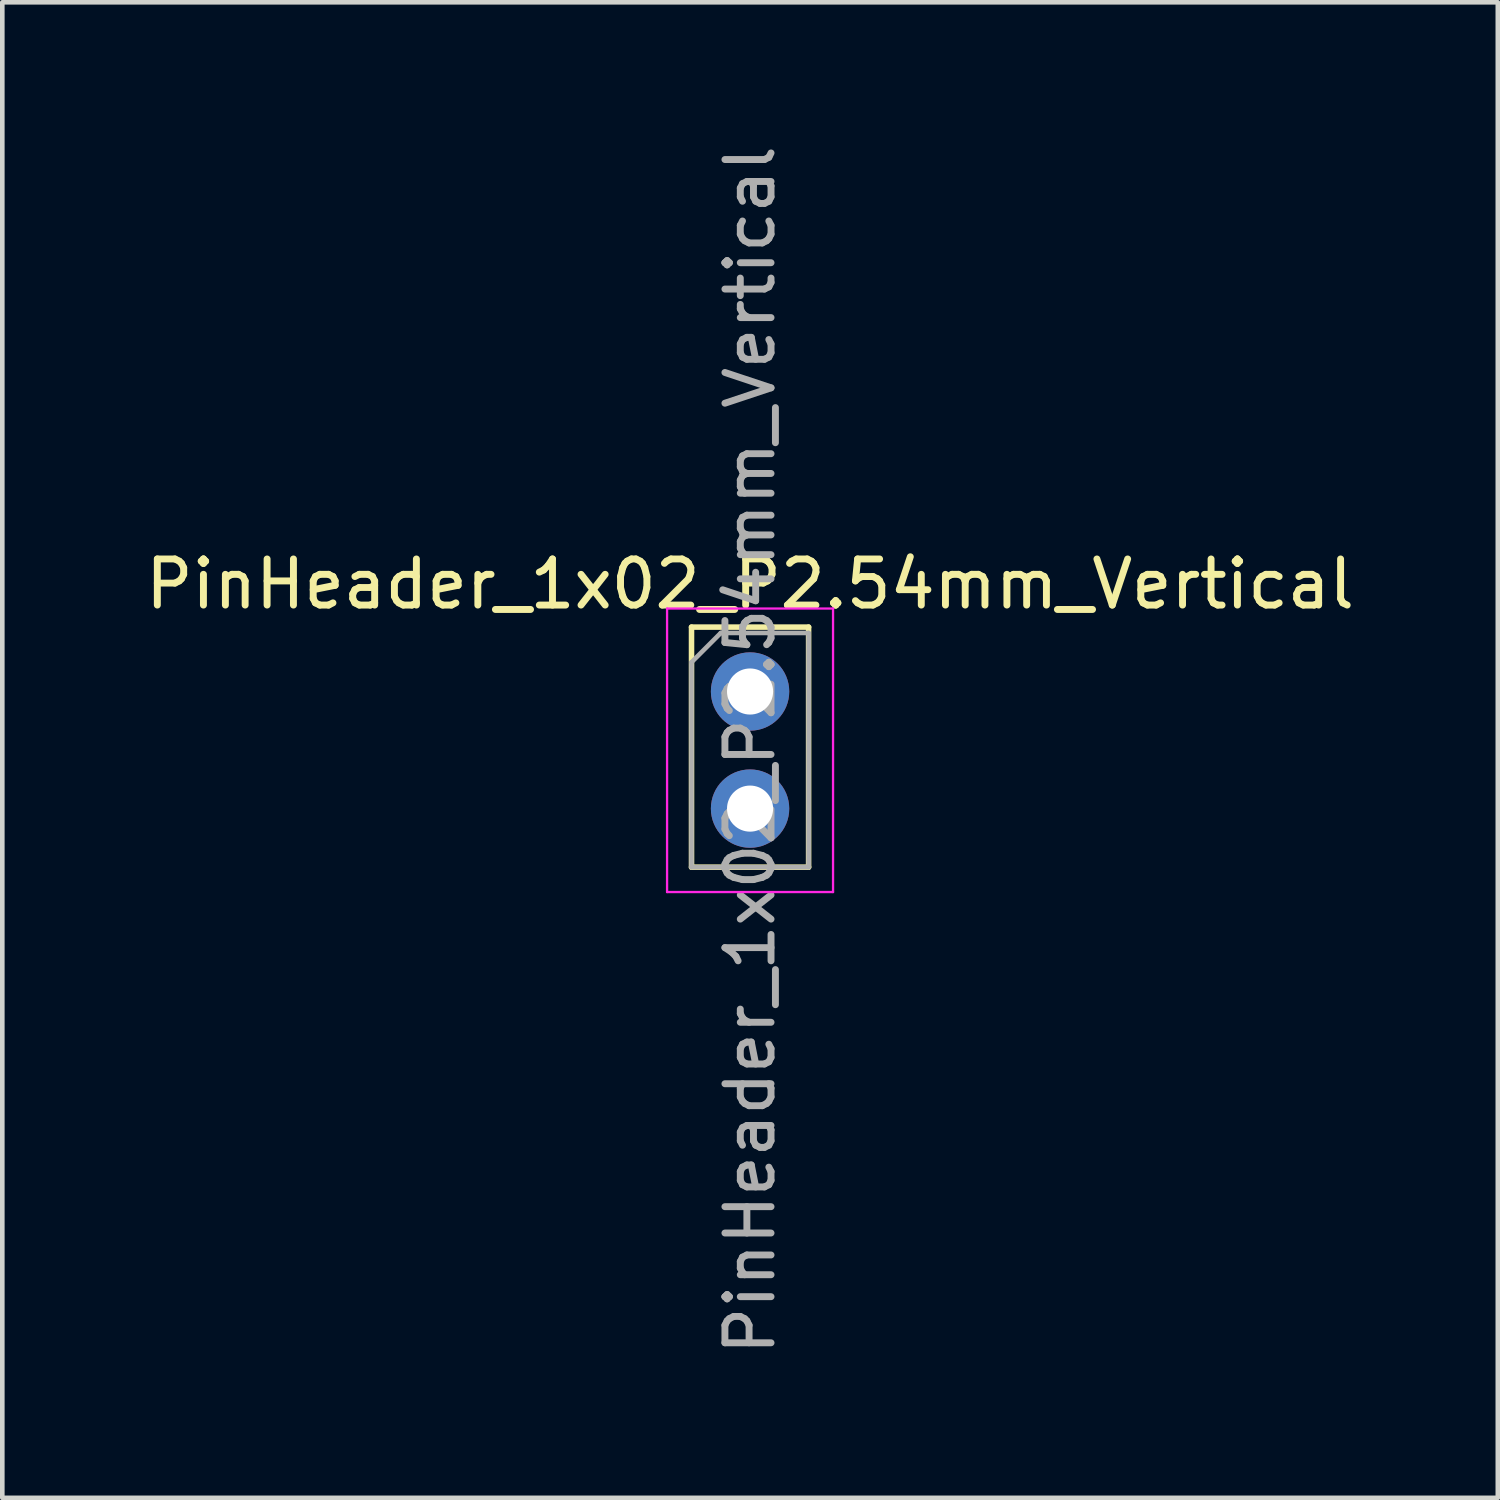
<source format=kicad_pcb>
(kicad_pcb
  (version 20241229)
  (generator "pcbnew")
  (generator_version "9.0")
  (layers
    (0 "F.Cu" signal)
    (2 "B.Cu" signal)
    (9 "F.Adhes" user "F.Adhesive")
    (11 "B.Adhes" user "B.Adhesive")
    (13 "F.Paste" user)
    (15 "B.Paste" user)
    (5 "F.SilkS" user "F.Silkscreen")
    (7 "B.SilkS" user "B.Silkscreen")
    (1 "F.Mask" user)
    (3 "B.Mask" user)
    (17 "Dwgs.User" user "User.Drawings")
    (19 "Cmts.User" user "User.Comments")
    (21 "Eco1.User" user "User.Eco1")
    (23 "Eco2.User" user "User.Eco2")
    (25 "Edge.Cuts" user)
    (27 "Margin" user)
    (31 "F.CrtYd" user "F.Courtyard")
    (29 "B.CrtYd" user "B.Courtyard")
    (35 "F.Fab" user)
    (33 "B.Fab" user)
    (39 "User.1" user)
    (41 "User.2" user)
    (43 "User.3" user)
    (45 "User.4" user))
  (footprint "PinHeader_1x02_P2.54mm_Vertical"
    (layer "F.Cu")
    (at 13.22 11.95)
    (property "Reference" "PinHeader_1x02_P2.54mm_Vertical" (at 0 -2.33 0) (layer "F.SilkS") (effects (font (size 1 1) (thickness 0.15))))
    (attr through_hole)
    (fp_line (start -1.27 -1.397) (end -1.27 3.81) (stroke (width 0.12) (type solid)) (layer "F.SilkS"))
    (fp_line (start -1.27 -1.397) (end 1.27 -1.397) (stroke (width 0.12) (type solid)) (layer "F.SilkS"))
    (fp_line (start -1.27 3.81) (end 1.27 3.81) (stroke (width 0.12) (type solid)) (layer "F.SilkS"))
    (fp_line (start 1.27 -1.397) (end 1.27 3.81) (stroke (width 0.12) (type solid)) (layer "F.SilkS"))
    (fp_line (start -1.8 -1.8) (end -1.8 4.35) (stroke (width 0.05) (type solid)) (layer "F.CrtYd"))
    (fp_line (start -1.8 4.35) (end 1.8 4.35) (stroke (width 0.05) (type solid)) (layer "F.CrtYd"))
    (fp_line (start 1.8 -1.8) (end -1.8 -1.8) (stroke (width 0.05) (type solid)) (layer "F.CrtYd"))
    (fp_line (start 1.8 4.35) (end 1.8 -1.8) (stroke (width 0.05) (type solid)) (layer "F.CrtYd"))
    (fp_line (start -1.27 -0.635) (end -0.635 -1.27) (stroke (width 0.1) (type solid)) (layer "F.Fab"))
    (fp_line (start -1.27 3.81) (end -1.27 -0.635) (stroke (width 0.1) (type solid)) (layer "F.Fab"))
    (fp_line (start -0.635 -1.27) (end 1.27 -1.27) (stroke (width 0.1) (type solid)) (layer "F.Fab"))
    (fp_line (start 1.27 -1.27) (end 1.27 3.81) (stroke (width 0.1) (type solid)) (layer "F.Fab"))
    (fp_line (start 1.27 3.81) (end -1.27 3.81) (stroke (width 0.1) (type solid)) (layer "F.Fab"))
    (fp_text user "${REFERENCE}" (at 0 1.27 90) (layer "F.Fab") (effects (font (size 1 1) (thickness 0.15))))
    (pad "1" thru_hole circle (at 0 0 45) (size 1.7 1.7) (drill 1) (layers "*.Cu" "*.Mask"))
    (pad "2" thru_hole oval (at 0 2.54) (size 1.7 1.7) (drill 1) (layers "*.Cu" "*.Mask")))
  (gr_rect
    (start -3 -3)
    (end 29.44 29.44)
    (stroke (width 0.1) (type default))
    (fill no)
    (layer "Edge.Cuts")))
</source>
